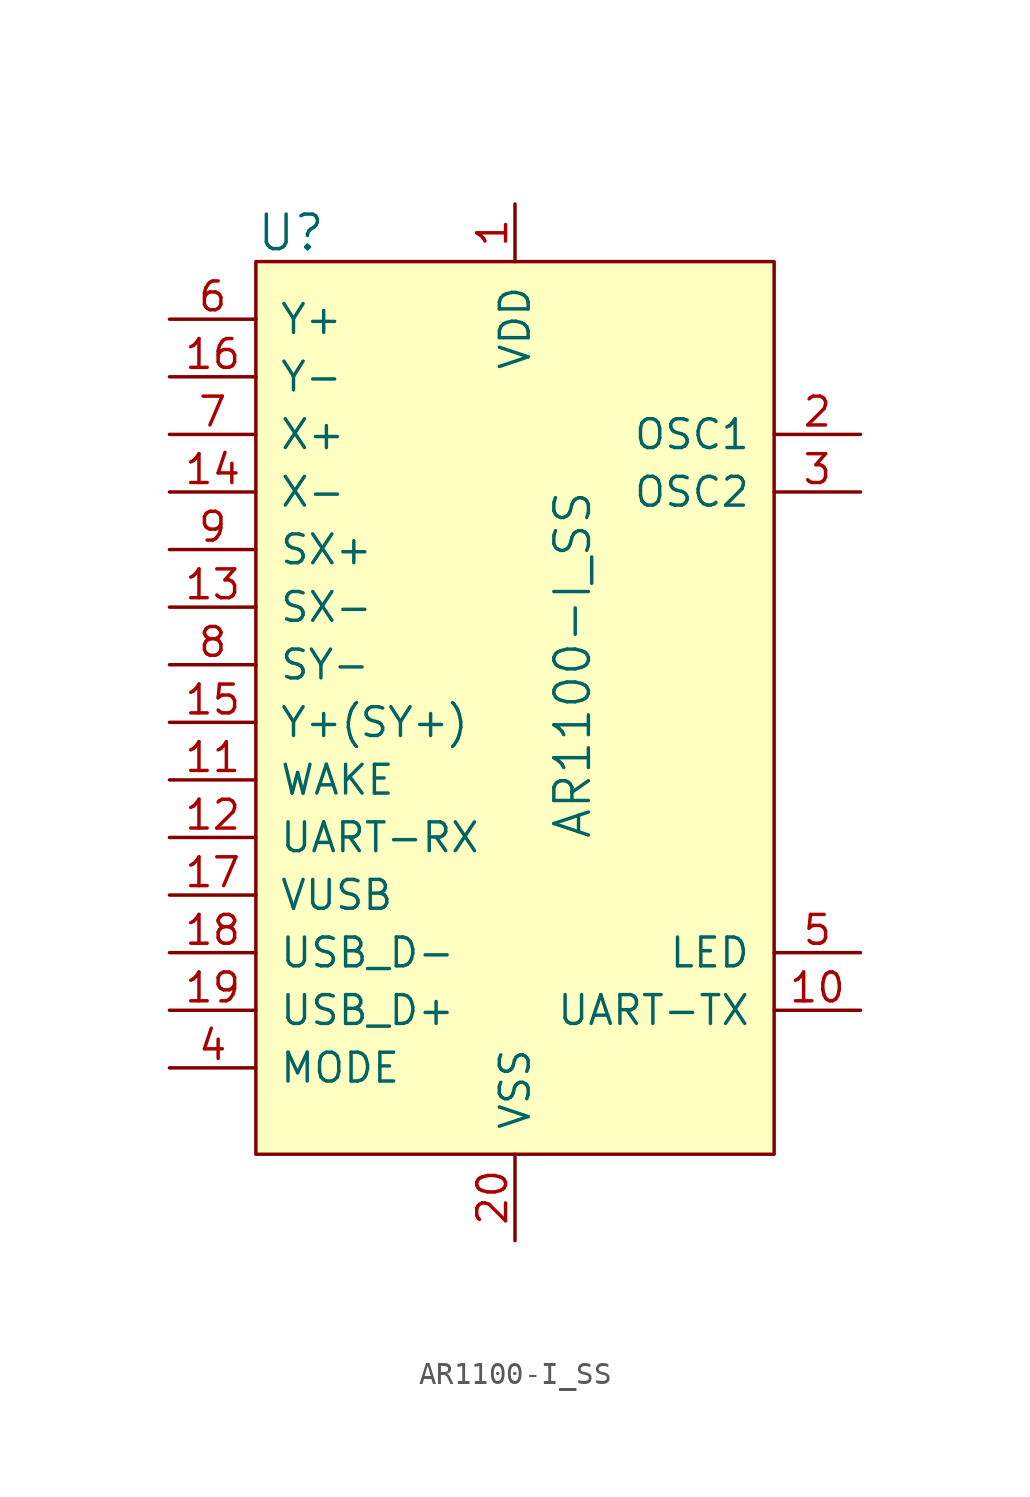
<source format=kicad_sym>
(kicad_symbol_lib
  (version 20211014)
  (generator kicad_symbol_editor)
  (symbol "AR1100-I_SS"
    (pin_names
      (offset 1.016))
    (property "Reference" "U"
      (at -11.43 19.05 0)
      (effects (font (size 1.524 1.524)) (justify left)))
    (property "Value" "AR1100-I_SS"
      (at 2.54 0 90)
      (effects (font (size 1.524 1.524))))
    (symbol "AR1100-I_SS_0_1"
      (rectangle (start -11.43 17.78) (end 11.43 -21.59) (stroke (width 0) (type default) (color 0 0 0 0)) (fill (type background))))
    (symbol "AR1100-I_SS_1_1"
      (pin power_in line (at 0 20.32 270) (length 2.54) (name "VDD" (effects (font (size 1.27 1.27)))) (number "1" (effects (font (size 1.27 1.27)))))
      (pin output line (at 15.24 -15.24 180) (length 3.81) (name "UART-TX" (effects (font (size 1.27 1.27)))) (number "10" (effects (font (size 1.27 1.27)))))
      (pin input line (at -15.24 -5.08 0) (length 3.81) (name "WAKE" (effects (font (size 1.27 1.27)))) (number "11" (effects (font (size 1.27 1.27)))))
      (pin input line (at -15.24 -7.62 0) (length 3.81) (name "UART-RX" (effects (font (size 1.27 1.27)))) (number "12" (effects (font (size 1.27 1.27)))))
      (pin input line (at -15.24 2.54 0) (length 3.81) (name "SX-" (effects (font (size 1.27 1.27)))) (number "13" (effects (font (size 1.27 1.27)))))
      (pin input line (at -15.24 7.62 0) (length 3.81) (name "X-" (effects (font (size 1.27 1.27)))) (number "14" (effects (font (size 1.27 1.27)))))
      (pin input line (at -15.24 -2.54 0) (length 3.81) (name "Y+(SY+)" (effects (font (size 1.27 1.27)))) (number "15" (effects (font (size 1.27 1.27)))))
      (pin input line (at -15.24 12.7 0) (length 3.81) (name "Y-" (effects (font (size 1.27 1.27)))) (number "16" (effects (font (size 1.27 1.27)))))
      (pin input line (at -15.24 -10.16 0) (length 3.81) (name "VUSB" (effects (font (size 1.27 1.27)))) (number "17" (effects (font (size 1.27 1.27)))))
      (pin bidirectional line (at -15.24 -12.7 0) (length 3.81) (name "USB_D-" (effects (font (size 1.27 1.27)))) (number "18" (effects (font (size 1.27 1.27)))))
      (pin bidirectional line (at -15.24 -15.24 0) (length 3.81) (name "USB_D+" (effects (font (size 1.27 1.27)))) (number "19" (effects (font (size 1.27 1.27)))))
      (pin passive line (at 15.24 10.16 180) (length 3.81) (name "OSC1" (effects (font (size 1.27 1.27)))) (number "2" (effects (font (size 1.27 1.27)))))
      (pin power_in line (at 0 -25.4 90) (length 3.81) (name "VSS" (effects (font (size 1.27 1.27)))) (number "20" (effects (font (size 1.27 1.27)))))
      (pin passive line (at 15.24 7.62 180) (length 3.81) (name "OSC2" (effects (font (size 1.27 1.27)))) (number "3" (effects (font (size 1.27 1.27)))))
      (pin input line (at -15.24 -17.78 0) (length 3.81) (name "MODE" (effects (font (size 1.27 1.27)))) (number "4" (effects (font (size 1.27 1.27)))))
      (pin output line (at 15.24 -12.7 180) (length 3.81) (name "LED" (effects (font (size 1.27 1.27)))) (number "5" (effects (font (size 1.27 1.27)))))
      (pin input line (at -15.24 15.24 0) (length 3.81) (name "Y+" (effects (font (size 1.27 1.27)))) (number "6" (effects (font (size 1.27 1.27)))))
      (pin input line (at -15.24 10.16 0) (length 3.81) (name "X+" (effects (font (size 1.27 1.27)))) (number "7" (effects (font (size 1.27 1.27)))))
      (pin input line (at -15.24 0 0) (length 3.81) (name "SY-" (effects (font (size 1.27 1.27)))) (number "8" (effects (font (size 1.27 1.27)))))
      (pin input line (at -15.24 5.08 0) (length 3.81) (name "SX+" (effects (font (size 1.27 1.27)))) (number "9" (effects (font (size 1.27 1.27))))))))
</source>
